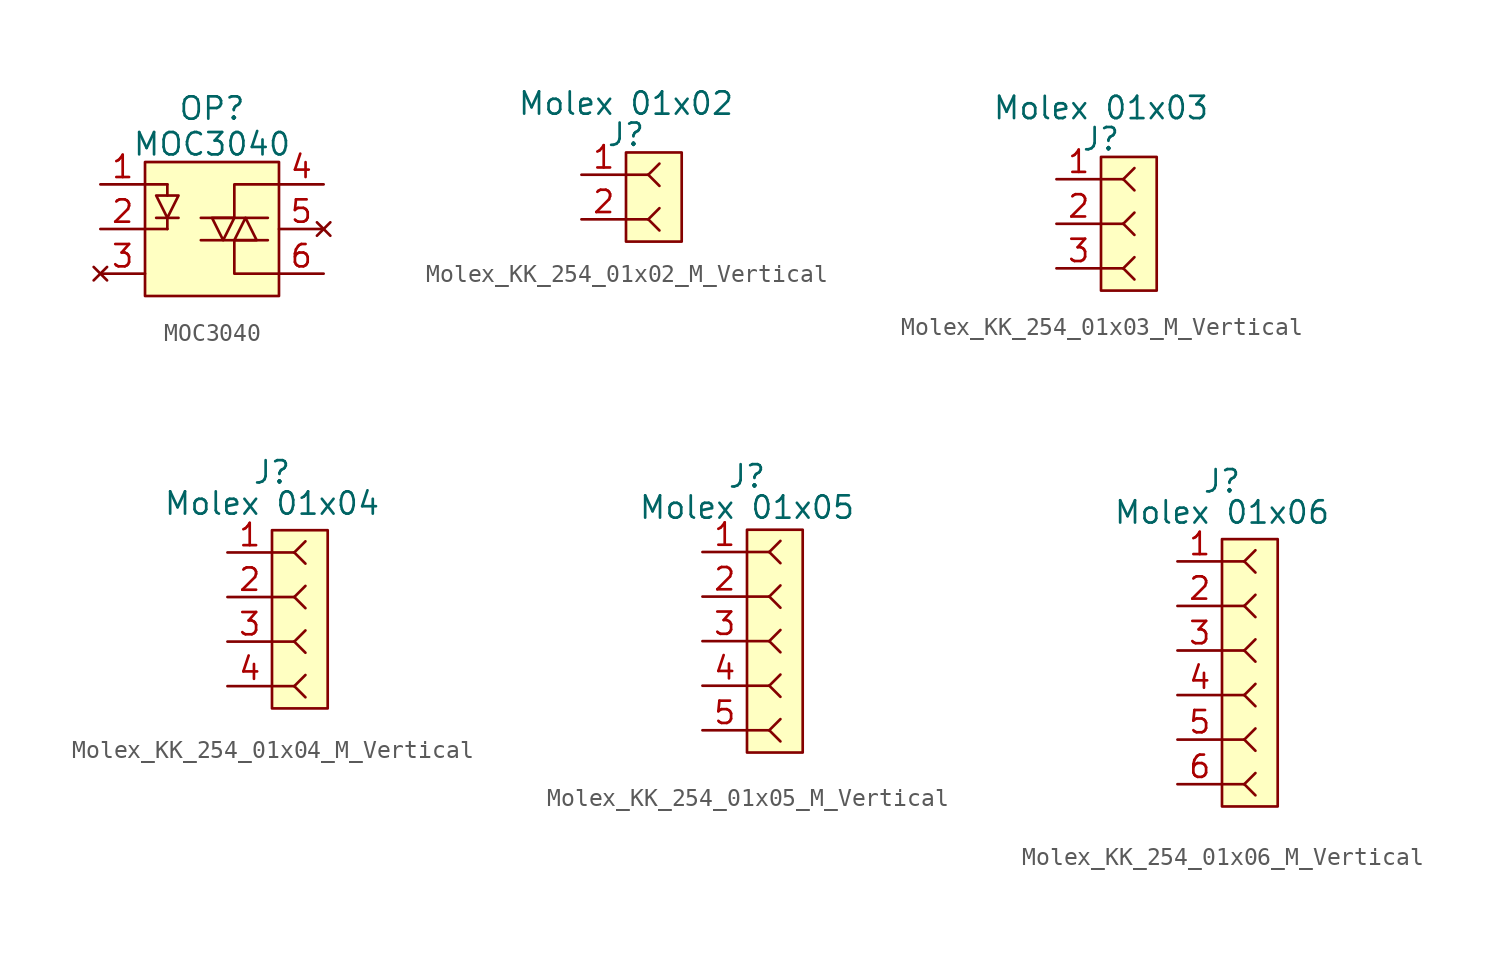
<source format=kicad_sym>
(kicad_symbol_lib
  (version 20241209)
  (generator "kicad_symbol_editor")
  (generator_version "9.0")
  (symbol "MOC3040"
    (property "Reference" "OP"
      (at 0 6.858 0)
      (effects (font (size 1.27 1.27))))
    (property "Value" "MOC3040"
      (at 0 4.826 0)
      (effects (font (size 1.27 1.27))))
    (symbol "MOC3040_0_1"
      (polyline (pts (xy -3.175 1.905) (xy -1.905 1.905) (xy -2.54 0.635) (xy -3.175 1.905)) (stroke (width 0) (type default)) (fill (type none)))
      (polyline (pts (xy -1.905 0.635) (xy -3.175 0.635)) (stroke (width 0) (type default)) (fill (type none)))
      (polyline (pts (xy -0.635 0.635) (xy 3.175 0.635)) (stroke (width 0) (type default)) (fill (type none)))
      (polyline (pts (xy -0.635 -0.635) (xy 3.175 -0.635)) (stroke (width 0) (type default)) (fill (type none)))
      (polyline (pts (xy 0 0.635) (xy 1.27 0.635) (xy 0.635 -0.635) (xy 0 0.635)) (stroke (width 0) (type default)) (fill (type none)))
      (polyline (pts (xy 1.27 -0.635) (xy 2.54 -0.635) (xy 1.905 0.635) (xy 1.27 -0.635)) (stroke (width 0) (type default)) (fill (type none))))
    (symbol "MOC3040_1_1"
      (rectangle (start -3.81 3.81) (end 3.81 -3.81) (stroke (width 0) (type solid)) (fill (type background)))
      (polyline (pts (xy -3.81 0) (xy -2.54 0)) (stroke (width 0) (type default)) (fill (type none)))
      (polyline (pts (xy -2.54 2.54) (xy -3.81 2.54)) (stroke (width 0) (type default)) (fill (type none)))
      (polyline (pts (xy -2.54 2.54) (xy -2.54 1.905)) (stroke (width 0) (type default)) (fill (type none)))
      (polyline (pts (xy -2.54 0.635) (xy -2.54 0)) (stroke (width 0) (type default)) (fill (type none)))
      (polyline (pts (xy 1.27 -0.635) (xy 1.27 -2.54) (xy 3.81 -2.54)) (stroke (width 0) (type default)) (fill (type none)))
      (polyline (pts (xy 3.81 2.54) (xy 1.27 2.54) (xy 1.27 0.635)) (stroke (width 0) (type default)) (fill (type none)))
      (pin input line (at -6.35 2.54 0) (length 2.54) (name "" (effects (font (size 1.27 1.27)))) (number "1" (effects (font (size 1.27 1.27)))))
      (pin input line (at -6.35 0 0) (length 2.54) (name "" (effects (font (size 1.27 1.27)))) (number "2" (effects (font (size 1.27 1.27)))))
      (pin no_connect line (at -6.35 -2.54 0) (length 2.54) (name "" (effects (font (size 1.27 1.27)))) (number "3" (effects (font (size 1.27 1.27)))))
      (pin input line (at 6.35 2.54 180) (length 2.54) (name "" (effects (font (size 1.27 1.27)))) (number "4" (effects (font (size 1.27 1.27)))))
      (pin no_connect line (at 6.35 0 180) (length 2.54) (name "" (effects (font (size 1.27 1.27)))) (number "5" (effects (font (size 1.27 1.27)))))
      (pin input line (at 6.35 -2.54 180) (length 2.54) (name "" (effects (font (size 1.27 1.27)))) (number "6" (effects (font (size 1.27 1.27)))))))
  (symbol "Molex_KK_254_01x02_M_Vertical"
    (property "Reference" "J"
      (at 0 3.556 0)
      (effects (font (size 1.27 1.27))))
    (property "Value" "Molex 01x02"
      (at 0 5.334 0)
      (effects (font (size 1.27 1.27))))
    (symbol "Molex_KK_254_01x02_M_Vertical_0_1"
      (polyline (pts (xy 0 1.27) (xy 1.27 1.27)) (stroke (width 0) (type default)) (fill (type none)))
      (polyline (pts (xy 0 -1.27) (xy 1.27 -1.27)) (stroke (width 0) (type default)) (fill (type none)))
      (polyline (pts (xy 1.27 1.27) (xy 1.905 1.905)) (stroke (width 0) (type default)) (fill (type none)))
      (polyline (pts (xy 1.27 1.27) (xy 1.905 0.635)) (stroke (width 0) (type default)) (fill (type none)))
      (polyline (pts (xy 1.27 -1.27) (xy 1.905 -0.635)) (stroke (width 0) (type default)) (fill (type none)))
      (polyline (pts (xy 1.27 -1.27) (xy 1.905 -1.905)) (stroke (width 0) (type default)) (fill (type none))))
    (symbol "Molex_KK_254_01x02_M_Vertical_1_1"
      (rectangle (start 0 2.54) (end 3.175 -2.54) (stroke (width 0) (type solid)) (fill (type background)))
      (pin passive line (at -2.54 1.27 0) (length 2.54) (name "" (effects (font (size 1.27 1.27)))) (number "1" (effects (font (size 1.27 1.27)))))
      (pin passive line (at -2.54 -1.27 0) (length 2.54) (name "" (effects (font (size 1.27 1.27)))) (number "2" (effects (font (size 1.27 1.27)))))))
  (symbol "Molex_KK_254_01x03_M_Vertical"
    (property "Reference" "J"
      (at 0 4.826 0)
      (effects (font (size 1.27 1.27))))
    (property "Value" "Molex 01x03"
      (at 0 6.604 0)
      (effects (font (size 1.27 1.27))))
    (symbol "Molex_KK_254_01x03_M_Vertical_0_1"
      (polyline (pts (xy 0 2.54) (xy 1.27 2.54)) (stroke (width 0) (type default)) (fill (type none)))
      (polyline (pts (xy 0 0) (xy 1.27 0)) (stroke (width 0) (type default)) (fill (type none)))
      (polyline (pts (xy 0 -2.54) (xy 1.27 -2.54)) (stroke (width 0) (type default)) (fill (type none)))
      (polyline (pts (xy 1.27 2.54) (xy 1.905 3.175)) (stroke (width 0) (type default)) (fill (type none)))
      (polyline (pts (xy 1.27 2.54) (xy 1.905 1.905)) (stroke (width 0) (type default)) (fill (type none)))
      (polyline (pts (xy 1.27 0) (xy 1.905 0.635)) (stroke (width 0) (type default)) (fill (type none)))
      (polyline (pts (xy 1.27 0) (xy 1.905 -0.635)) (stroke (width 0) (type default)) (fill (type none)))
      (polyline (pts (xy 1.27 -2.54) (xy 1.905 -1.905)) (stroke (width 0) (type default)) (fill (type none)))
      (polyline (pts (xy 1.27 -2.54) (xy 1.905 -3.175)) (stroke (width 0) (type default)) (fill (type none))))
    (symbol "Molex_KK_254_01x03_M_Vertical_1_1"
      (rectangle (start 0 3.81) (end 3.175 -3.81) (stroke (width 0) (type solid)) (fill (type background)))
      (pin passive line (at -2.54 2.54 0) (length 2.54) (name "" (effects (font (size 1.27 1.27)))) (number "1" (effects (font (size 1.27 1.27)))))
      (pin passive line (at -2.54 0 0) (length 2.54) (name "" (effects (font (size 1.27 1.27)))) (number "2" (effects (font (size 1.27 1.27)))))
      (pin passive line (at -2.54 -2.54 0) (length 2.54) (name "" (effects (font (size 1.27 1.27)))) (number "3" (effects (font (size 1.27 1.27)))))))
  (symbol "Molex_KK_254_01x04_M_Vertical"
    (property "Reference" "J"
      (at 0 8.382 0)
      (effects (font (size 1.27 1.27))))
    (property "Value" "Molex 01x04"
      (at 0 6.604 0)
      (effects (font (size 1.27 1.27))))
    (symbol "Molex_KK_254_01x04_M_Vertical_0_1"
      (polyline (pts (xy 0 3.81) (xy 1.27 3.81)) (stroke (width 0) (type default)) (fill (type none)))
      (polyline (pts (xy 0 1.27) (xy 1.27 1.27)) (stroke (width 0) (type default)) (fill (type none)))
      (polyline (pts (xy 0 -1.27) (xy 1.27 -1.27)) (stroke (width 0) (type default)) (fill (type none)))
      (polyline (pts (xy 0 -3.81) (xy 1.27 -3.81)) (stroke (width 0) (type default)) (fill (type none)))
      (polyline (pts (xy 1.27 3.81) (xy 1.905 4.445)) (stroke (width 0) (type default)) (fill (type none)))
      (polyline (pts (xy 1.27 3.81) (xy 1.905 3.175)) (stroke (width 0) (type default)) (fill (type none)))
      (polyline (pts (xy 1.27 1.27) (xy 1.905 1.905)) (stroke (width 0) (type default)) (fill (type none)))
      (polyline (pts (xy 1.27 1.27) (xy 1.905 0.635)) (stroke (width 0) (type default)) (fill (type none)))
      (polyline (pts (xy 1.27 -1.27) (xy 1.905 -0.635)) (stroke (width 0) (type default)) (fill (type none)))
      (polyline (pts (xy 1.27 -1.27) (xy 1.905 -1.905)) (stroke (width 0) (type default)) (fill (type none)))
      (polyline (pts (xy 1.27 -3.81) (xy 1.905 -3.175)) (stroke (width 0) (type default)) (fill (type none)))
      (polyline (pts (xy 1.27 -3.81) (xy 1.905 -4.445)) (stroke (width 0) (type default)) (fill (type none))))
    (symbol "Molex_KK_254_01x04_M_Vertical_1_1"
      (rectangle (start 0 5.08) (end 3.175 -5.08) (stroke (width 0) (type solid)) (fill (type background)))
      (pin passive line (at -2.54 3.81 0) (length 2.54) (name "" (effects (font (size 1.27 1.27)))) (number "1" (effects (font (size 1.27 1.27)))))
      (pin passive line (at -2.54 1.27 0) (length 2.54) (name "" (effects (font (size 1.27 1.27)))) (number "2" (effects (font (size 1.27 1.27)))))
      (pin passive line (at -2.54 -1.27 0) (length 2.54) (name "" (effects (font (size 1.27 1.27)))) (number "3" (effects (font (size 1.27 1.27)))))
      (pin passive line (at -2.54 -3.81 0) (length 2.54) (name "" (effects (font (size 1.27 1.27)))) (number "4" (effects (font (size 1.27 1.27)))))))
  (symbol "Molex_KK_254_01x05_M_Vertical"
    (property "Reference" "J"
      (at 0 9.398 0)
      (effects (font (size 1.27 1.27))))
    (property "Value" "Molex 01x05"
      (at 0 7.62 0)
      (effects (font (size 1.27 1.27))))
    (symbol "Molex_KK_254_01x05_M_Vertical_0_1"
      (polyline (pts (xy 0 5.08) (xy 1.27 5.08)) (stroke (width 0) (type default)) (fill (type none)))
      (polyline (pts (xy 0 2.54) (xy 1.27 2.54)) (stroke (width 0) (type default)) (fill (type none)))
      (polyline (pts (xy 0 0) (xy 1.27 0)) (stroke (width 0) (type default)) (fill (type none)))
      (polyline (pts (xy 0 -2.54) (xy 1.27 -2.54)) (stroke (width 0) (type default)) (fill (type none)))
      (polyline (pts (xy 0 -5.08) (xy 1.27 -5.08)) (stroke (width 0) (type default)) (fill (type none)))
      (polyline (pts (xy 1.27 5.08) (xy 1.905 5.715)) (stroke (width 0) (type default)) (fill (type none)))
      (polyline (pts (xy 1.27 5.08) (xy 1.905 4.445)) (stroke (width 0) (type default)) (fill (type none)))
      (polyline (pts (xy 1.27 2.54) (xy 1.905 3.175)) (stroke (width 0) (type default)) (fill (type none)))
      (polyline (pts (xy 1.27 2.54) (xy 1.905 1.905)) (stroke (width 0) (type default)) (fill (type none)))
      (polyline (pts (xy 1.27 0) (xy 1.905 0.635)) (stroke (width 0) (type default)) (fill (type none)))
      (polyline (pts (xy 1.27 0) (xy 1.905 -0.635)) (stroke (width 0) (type default)) (fill (type none)))
      (polyline (pts (xy 1.27 -2.54) (xy 1.905 -1.905)) (stroke (width 0) (type default)) (fill (type none)))
      (polyline (pts (xy 1.27 -2.54) (xy 1.905 -3.175)) (stroke (width 0) (type default)) (fill (type none)))
      (polyline (pts (xy 1.27 -5.08) (xy 1.905 -4.445)) (stroke (width 0) (type default)) (fill (type none)))
      (polyline (pts (xy 1.27 -5.08) (xy 1.905 -5.715)) (stroke (width 0) (type default)) (fill (type none))))
    (symbol "Molex_KK_254_01x05_M_Vertical_1_1"
      (rectangle (start 0 6.35) (end 3.175 -6.35) (stroke (width 0) (type solid)) (fill (type background)))
      (pin passive line (at -2.54 5.08 0) (length 2.54) (name "" (effects (font (size 1.27 1.27)))) (number "1" (effects (font (size 1.27 1.27)))))
      (pin passive line (at -2.54 2.54 0) (length 2.54) (name "" (effects (font (size 1.27 1.27)))) (number "2" (effects (font (size 1.27 1.27)))))
      (pin passive line (at -2.54 0 0) (length 2.54) (name "" (effects (font (size 1.27 1.27)))) (number "3" (effects (font (size 1.27 1.27)))))
      (pin passive line (at -2.54 -2.54 0) (length 2.54) (name "" (effects (font (size 1.27 1.27)))) (number "4" (effects (font (size 1.27 1.27)))))
      (pin passive line (at -2.54 -5.08 0) (length 2.54) (name "" (effects (font (size 1.27 1.27)))) (number "5" (effects (font (size 1.27 1.27)))))))
  (symbol "Molex_KK_254_01x06_M_Vertical"
    (property "Reference" "J"
      (at 0 10.922 0)
      (effects (font (size 1.27 1.27))))
    (property "Value" "Molex 01x06"
      (at 0 9.144 0)
      (effects (font (size 1.27 1.27))))
    (symbol "Molex_KK_254_01x06_M_Vertical_0_1"
      (polyline (pts (xy 0 6.35) (xy 1.27 6.35)) (stroke (width 0) (type default)) (fill (type none)))
      (polyline (pts (xy 0 3.81) (xy 1.27 3.81)) (stroke (width 0) (type default)) (fill (type none)))
      (polyline (pts (xy 0 1.27) (xy 1.27 1.27)) (stroke (width 0) (type default)) (fill (type none)))
      (polyline (pts (xy 0 -1.27) (xy 1.27 -1.27)) (stroke (width 0) (type default)) (fill (type none)))
      (polyline (pts (xy 0 -3.81) (xy 1.27 -3.81)) (stroke (width 0) (type default)) (fill (type none)))
      (polyline (pts (xy 0 -6.35) (xy 1.27 -6.35)) (stroke (width 0) (type default)) (fill (type none)))
      (polyline (pts (xy 1.27 6.35) (xy 1.905 6.985)) (stroke (width 0) (type default)) (fill (type none)))
      (polyline (pts (xy 1.27 6.35) (xy 1.905 5.715)) (stroke (width 0) (type default)) (fill (type none)))
      (polyline (pts (xy 1.27 3.81) (xy 1.905 4.445)) (stroke (width 0) (type default)) (fill (type none)))
      (polyline (pts (xy 1.27 3.81) (xy 1.905 3.175)) (stroke (width 0) (type default)) (fill (type none)))
      (polyline (pts (xy 1.27 1.27) (xy 1.905 1.905)) (stroke (width 0) (type default)) (fill (type none)))
      (polyline (pts (xy 1.27 1.27) (xy 1.905 0.635)) (stroke (width 0) (type default)) (fill (type none)))
      (polyline (pts (xy 1.27 -1.27) (xy 1.905 -0.635)) (stroke (width 0) (type default)) (fill (type none)))
      (polyline (pts (xy 1.27 -1.27) (xy 1.905 -1.905)) (stroke (width 0) (type default)) (fill (type none)))
      (polyline (pts (xy 1.27 -3.81) (xy 1.905 -3.175)) (stroke (width 0) (type default)) (fill (type none)))
      (polyline (pts (xy 1.27 -3.81) (xy 1.905 -4.445)) (stroke (width 0) (type default)) (fill (type none)))
      (polyline (pts (xy 1.27 -6.35) (xy 1.905 -5.715)) (stroke (width 0) (type default)) (fill (type none)))
      (polyline (pts (xy 1.27 -6.35) (xy 1.905 -6.985)) (stroke (width 0) (type default)) (fill (type none))))
    (symbol "Molex_KK_254_01x06_M_Vertical_1_1"
      (rectangle (start 0 7.62) (end 3.175 -7.62) (stroke (width 0) (type solid)) (fill (type background)))
      (pin passive line (at -2.54 6.35 0) (length 2.54) (name "" (effects (font (size 1.27 1.27)))) (number "1" (effects (font (size 1.27 1.27)))))
      (pin passive line (at -2.54 3.81 0) (length 2.54) (name "" (effects (font (size 1.27 1.27)))) (number "2" (effects (font (size 1.27 1.27)))))
      (pin passive line (at -2.54 1.27 0) (length 2.54) (name "" (effects (font (size 1.27 1.27)))) (number "3" (effects (font (size 1.27 1.27)))))
      (pin passive line (at -2.54 -1.27 0) (length 2.54) (name "" (effects (font (size 1.27 1.27)))) (number "4" (effects (font (size 1.27 1.27)))))
      (pin passive line (at -2.54 -3.81 0) (length 2.54) (name "" (effects (font (size 1.27 1.27)))) (number "5" (effects (font (size 1.27 1.27)))))
      (pin passive line (at -2.54 -6.35 0) (length 2.54) (name "" (effects (font (size 1.27 1.27)))) (number "6" (effects (font (size 1.27 1.27))))))))
</source>
